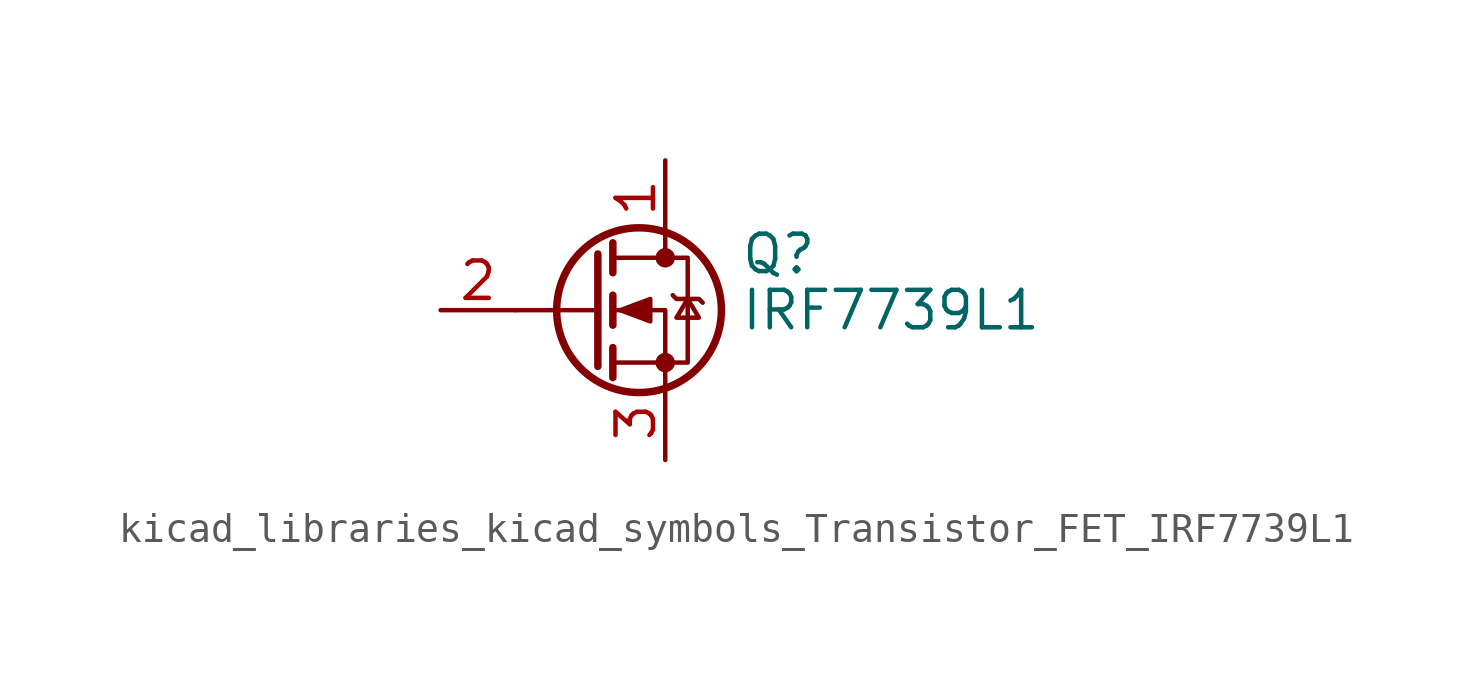
<source format=kicad_sym>
(kicad_symbol_lib
  (version 20220914)
  (generator kicad_symbol_editor)
  (symbol "kicad_libraries_kicad_symbols_Transistor_FET_IRF7739L1"
    (pin_names hide)
    (property "Reference" "Q"
      (at 5.08 1.905 0)
      (effects (font (size 1.27 1.27)) (justify left)))
    (property "Value" "IRF7739L1"
      (at 5.08 0 0)
      (effects (font (size 1.27 1.27)) (justify left)))
    (symbol "kicad_libraries_kicad_symbols_Transistor_FET_IRF7739L1_0_1"
      (polyline (pts (xy 0.254 0) (xy -2.54 0)) (stroke (width 0) (type default)) (fill (type none)))
      (polyline (pts (xy 0.254 1.905) (xy 0.254 -1.905)) (stroke (width 0.254) (type default)) (fill (type none)))
      (polyline (pts (xy 0.762 -1.27) (xy 0.762 -2.286)) (stroke (width 0.254) (type default)) (fill (type none)))
      (polyline (pts (xy 0.762 0.508) (xy 0.762 -0.508)) (stroke (width 0.254) (type default)) (fill (type none)))
      (polyline (pts (xy 0.762 2.286) (xy 0.762 1.27)) (stroke (width 0.254) (type default)) (fill (type none)))
      (polyline (pts (xy 2.54 2.54) (xy 2.54 1.778)) (stroke (width 0) (type default)) (fill (type none)))
      (polyline (pts (xy 2.54 -2.54) (xy 2.54 0) (xy 0.762 0)) (stroke (width 0) (type default)) (fill (type none)))
      (polyline (pts (xy 0.762 -1.778) (xy 3.302 -1.778) (xy 3.302 1.778) (xy 0.762 1.778)) (stroke (width 0) (type default)) (fill (type none)))
      (polyline (pts (xy 1.016 0) (xy 2.032 0.381) (xy 2.032 -0.381) (xy 1.016 0)) (stroke (width 0) (type default)) (fill (type outline)))
      (polyline (pts (xy 2.794 0.508) (xy 2.921 0.381) (xy 3.683 0.381) (xy 3.81 0.254)) (stroke (width 0) (type default)) (fill (type none)))
      (polyline (pts (xy 3.302 0.381) (xy 2.921 -0.254) (xy 3.683 -0.254) (xy 3.302 0.381)) (stroke (width 0) (type default)) (fill (type none)))
      (circle (center 1.651 0) (radius 2.794) (stroke (width 0.254) (type default)) (fill (type none)))
      (circle (center 2.54 -1.778) (radius 0.254) (stroke (width 0) (type default)) (fill (type outline)))
      (circle (center 2.54 1.778) (radius 0.254) (stroke (width 0) (type default)) (fill (type outline))))
    (symbol "kicad_libraries_kicad_symbols_Transistor_FET_IRF7739L1_1_1"
      (pin passive line (at 2.54 5.08 270) (length 2.54) (name "D" (effects (font (size 1.27 1.27)))) (number "1" (effects (font (size 1.27 1.27)))))
      (pin input line (at -5.08 0 0) (length 2.54) (name "G" (effects (font (size 1.27 1.27)))) (number "2" (effects (font (size 1.27 1.27)))))
      (pin passive line (at 2.54 -5.08 90) (length 2.54) (name "S" (effects (font (size 1.27 1.27)))) (number "3" (effects (font (size 1.27 1.27))))))))
</source>
